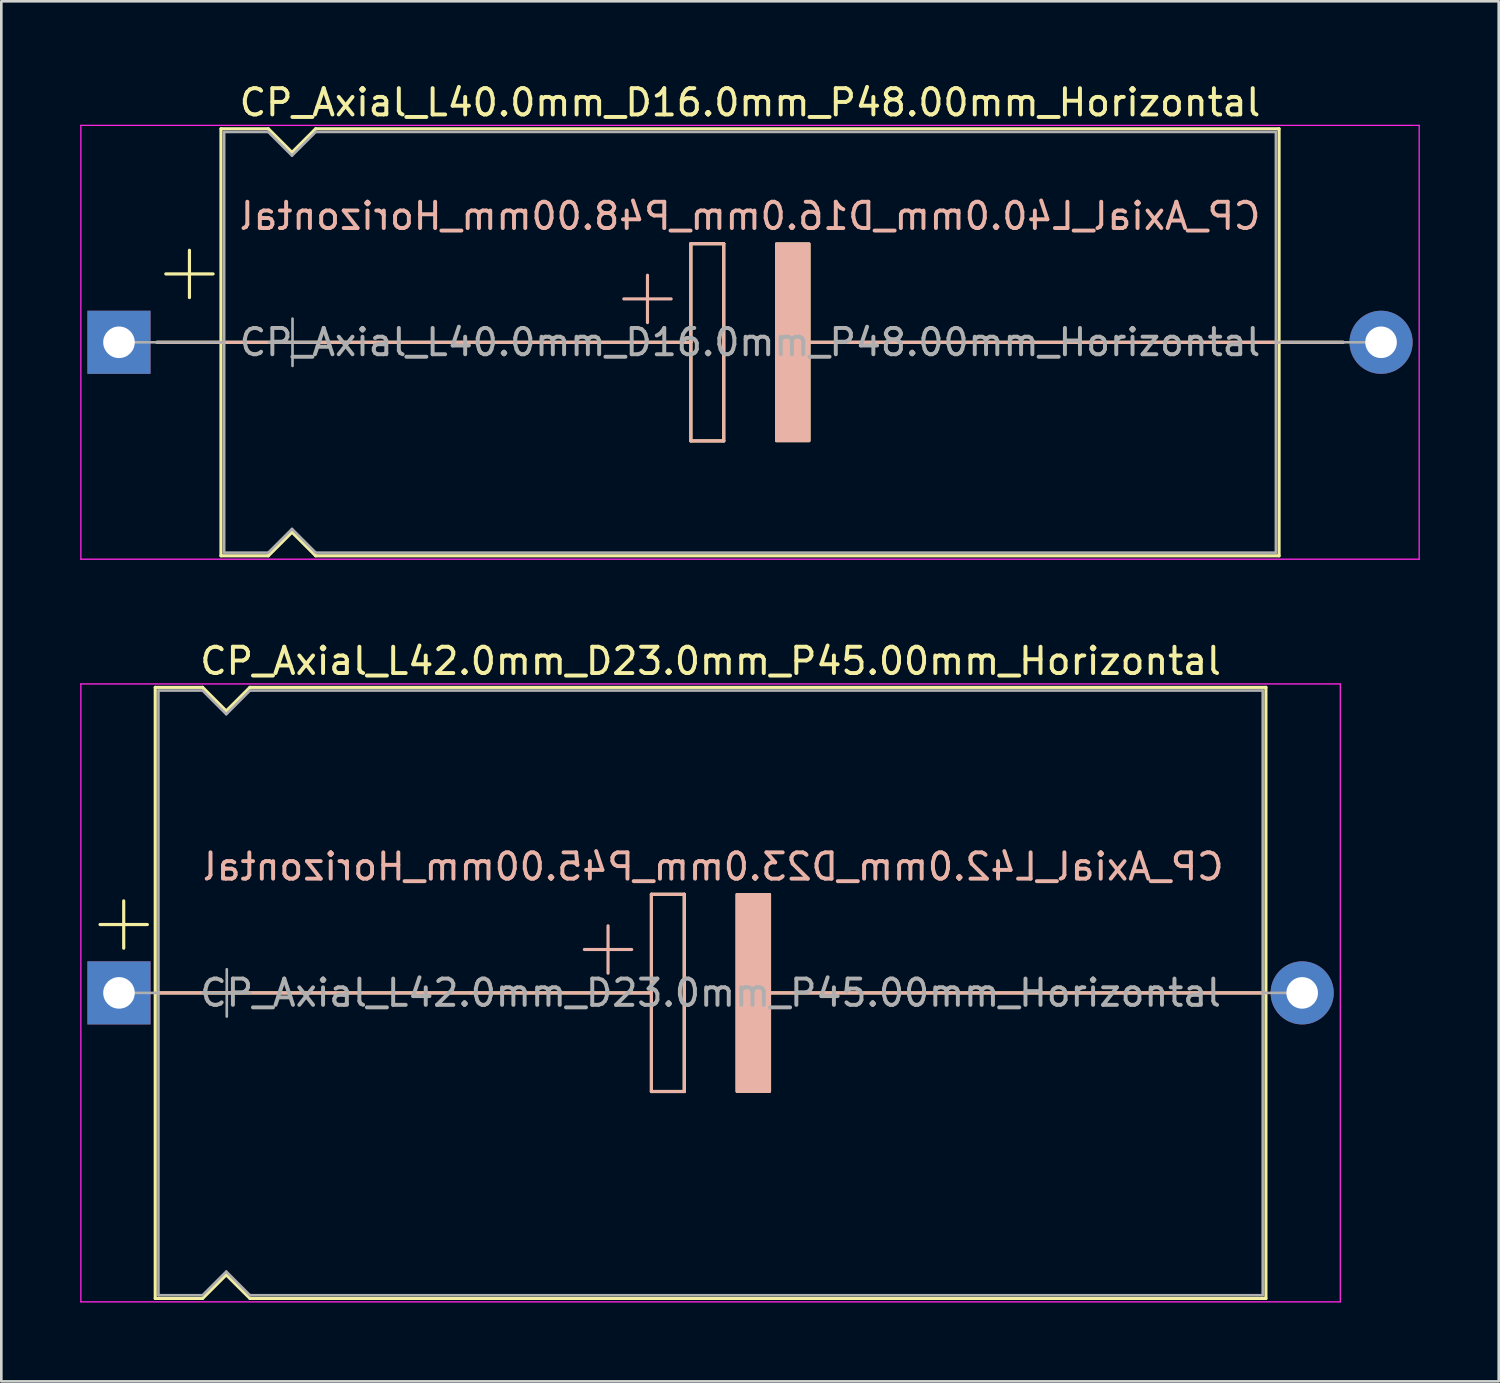
<source format=kicad_pcb>
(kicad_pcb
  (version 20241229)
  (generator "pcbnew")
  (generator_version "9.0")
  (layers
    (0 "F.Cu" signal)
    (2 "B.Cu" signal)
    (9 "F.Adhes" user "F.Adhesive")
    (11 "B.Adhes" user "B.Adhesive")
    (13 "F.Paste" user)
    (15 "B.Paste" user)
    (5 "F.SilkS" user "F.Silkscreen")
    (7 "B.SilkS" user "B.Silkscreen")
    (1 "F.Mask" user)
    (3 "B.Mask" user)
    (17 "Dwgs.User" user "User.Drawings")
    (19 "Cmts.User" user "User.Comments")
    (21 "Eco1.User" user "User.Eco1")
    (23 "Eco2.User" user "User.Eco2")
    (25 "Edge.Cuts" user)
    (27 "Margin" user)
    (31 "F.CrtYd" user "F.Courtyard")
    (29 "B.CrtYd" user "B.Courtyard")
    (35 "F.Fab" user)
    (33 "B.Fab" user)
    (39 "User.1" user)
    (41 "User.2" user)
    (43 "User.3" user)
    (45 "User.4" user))
  (footprint "CP_Axial_L42.0mm_D23.0mm_P45.00mm_Horizontal"
    (layer "F.Cu")
    (at 1.475 34.712)
    (property "Reference" "CP_Axial_L42.0mm_D23.0mm_P45.00mm_Horizontal" (at 22.5 -12.62 0) (layer "F.SilkS") (effects (font (size 1 1) (thickness 0.15))))
    (fp_line (start -0.72 -2.6) (end 1.08 -2.6) (stroke (width 0.12) (type solid)) (layer "F.SilkS"))
    (fp_line (start 0.18 -3.5) (end 0.18 -1.7) (stroke (width 0.12) (type solid)) (layer "F.SilkS"))
    (fp_line (start 1.38 -11.62) (end 1.38 11.62) (stroke (width 0.12) (type solid)) (layer "F.SilkS"))
    (fp_line (start 1.38 -11.62) (end 3.18 -11.62) (stroke (width 0.12) (type solid)) (layer "F.SilkS"))
    (fp_line (start 1.38 11.62) (end 3.18 11.62) (stroke (width 0.12) (type solid)) (layer "F.SilkS"))
    (fp_line (start 1.397 0) (end 20.25 0) (stroke (width 0.12) (type solid)) (layer "F.SilkS"))
    (fp_line (start 3.18 -11.62) (end 4.08 -10.72) (stroke (width 0.12) (type solid)) (layer "F.SilkS"))
    (fp_line (start 3.18 11.62) (end 4.08 10.72) (stroke (width 0.12) (type solid)) (layer "F.SilkS"))
    (fp_line (start 4.08 -10.72) (end 4.98 -11.62) (stroke (width 0.12) (type solid)) (layer "F.SilkS"))
    (fp_line (start 4.08 10.72) (end 4.98 11.62) (stroke (width 0.12) (type solid)) (layer "F.SilkS"))
    (fp_line (start 4.98 -11.62) (end 43.62 -11.62) (stroke (width 0.12) (type solid)) (layer "F.SilkS"))
    (fp_line (start 4.98 11.62) (end 43.62 11.62) (stroke (width 0.12) (type solid)) (layer "F.SilkS"))
    (fp_line (start 20.25 -3.75) (end 21.5 -3.75) (stroke (width 0.12) (type solid)) (layer "F.SilkS"))
    (fp_line (start 20.25 0) (end 20.25 -3.75) (stroke (width 0.12) (type solid)) (layer "F.SilkS"))
    (fp_line (start 20.25 3.75) (end 20.25 0) (stroke (width 0.12) (type solid)) (layer "F.SilkS"))
    (fp_line (start 21.5 -3.75) (end 21.5 3.75) (stroke (width 0.12) (type solid)) (layer "F.SilkS"))
    (fp_line (start 21.5 3.75) (end 20.25 3.75) (stroke (width 0.12) (type solid)) (layer "F.SilkS"))
    (fp_line (start 24.75 0) (end 43.561 0) (stroke (width 0.12) (type solid)) (layer "F.SilkS"))
    (fp_line (start 43.62 -11.62) (end 43.62 11.62) (stroke (width 0.12) (type solid)) (layer "F.SilkS"))
    (fp_poly (pts (xy 24.75 3.75) (xy 23.5 3.75) (xy 23.5 -3.75) (xy 24.75 -3.75)) (stroke (width 0.1) (type solid)) (fill yes) (layer "F.SilkS"))
    (fp_line (start 1.4 0) (end 13.38 0) (stroke (width 0.12) (type solid)) (layer "B.SilkS"))
    (fp_line (start 13.38 0) (end 20.25 0) (stroke (width 0.12) (type solid)) (layer "B.SilkS"))
    (fp_line (start 18.6 -2.55) (end 18.6 -0.75) (stroke (width 0.12) (type solid)) (layer "B.SilkS"))
    (fp_line (start 19.5 -1.65) (end 17.7 -1.65) (stroke (width 0.12) (type solid)) (layer "B.SilkS"))
    (fp_line (start 20.25 -3.75) (end 21.5 -3.75) (stroke (width 0.12) (type solid)) (layer "B.SilkS"))
    (fp_line (start 20.25 0) (end 20.25 -3.75) (stroke (width 0.12) (type solid)) (layer "B.SilkS"))
    (fp_line (start 20.25 3.75) (end 20.25 0) (stroke (width 0.12) (type solid)) (layer "B.SilkS"))
    (fp_line (start 21.5 -3.75) (end 21.5 3.75) (stroke (width 0.12) (type solid)) (layer "B.SilkS"))
    (fp_line (start 21.5 3.75) (end 20.25 3.75) (stroke (width 0.12) (type solid)) (layer "B.SilkS"))
    (fp_line (start 24.75 0) (end 31.62 0) (stroke (width 0.12) (type solid)) (layer "B.SilkS"))
    (fp_line (start 43.6 0) (end 31.62 0) (stroke (width 0.12) (type solid)) (layer "B.SilkS"))
    (fp_poly (pts (xy 24.75 3.75) (xy 23.5 3.75) (xy 23.5 -3.75) (xy 24.75 -3.75)) (stroke (width 0.1) (type solid)) (fill yes) (layer "B.SilkS"))
    (fp_line (start -1.45 -11.75) (end -1.45 11.75) (stroke (width 0.05) (type solid)) (layer "F.CrtYd"))
    (fp_line (start -1.45 11.75) (end 46.45 11.75) (stroke (width 0.05) (type solid)) (layer "F.CrtYd"))
    (fp_line (start 46.45 -11.75) (end -1.45 -11.75) (stroke (width 0.05) (type solid)) (layer "F.CrtYd"))
    (fp_line (start 46.45 11.75) (end 46.45 -11.75) (stroke (width 0.05) (type solid)) (layer "F.CrtYd"))
    (fp_line (start 0 0) (end 1.5 0) (stroke (width 0.1) (type solid)) (layer "F.Fab"))
    (fp_line (start 1.5 -11.5) (end 1.5 11.5) (stroke (width 0.1) (type solid)) (layer "F.Fab"))
    (fp_line (start 1.5 -11.5) (end 3.18 -11.5) (stroke (width 0.1) (type solid)) (layer "F.Fab"))
    (fp_line (start 1.5 11.5) (end 3.18 11.5) (stroke (width 0.1) (type solid)) (layer "F.Fab"))
    (fp_line (start 3.18 -11.5) (end 4.08 -10.6) (stroke (width 0.1) (type solid)) (layer "F.Fab"))
    (fp_line (start 3.18 11.5) (end 4.08 10.6) (stroke (width 0.1) (type solid)) (layer "F.Fab"))
    (fp_line (start 3.2 0) (end 5 0) (stroke (width 0.1) (type solid)) (layer "F.Fab"))
    (fp_line (start 4.08 -10.6) (end 4.98 -11.5) (stroke (width 0.1) (type solid)) (layer "F.Fab"))
    (fp_line (start 4.08 10.6) (end 4.98 11.5) (stroke (width 0.1) (type solid)) (layer "F.Fab"))
    (fp_line (start 4.1 -0.9) (end 4.1 0.9) (stroke (width 0.1) (type solid)) (layer "F.Fab"))
    (fp_line (start 4.98 -11.5) (end 43.5 -11.5) (stroke (width 0.1) (type solid)) (layer "F.Fab"))
    (fp_line (start 4.98 11.5) (end 43.5 11.5) (stroke (width 0.1) (type solid)) (layer "F.Fab"))
    (fp_line (start 43.5 -11.5) (end 43.5 11.5) (stroke (width 0.1) (type solid)) (layer "F.Fab"))
    (fp_line (start 45 0) (end 43.5 0) (stroke (width 0.1) (type solid)) (layer "F.Fab"))
    (fp_text user "${REFERENCE}" (at 22.6 -4.8 0) (layer "B.SilkS") (effects (font (size 1 1) (thickness 0.15)) (justify mirror)))
    (fp_text user "${REFERENCE}" (at 22.5 0 0) (layer "F.Fab") (effects (font (size 1 1) (thickness 0.15))))
    (pad "1" thru_hole rect (at 0 0) (size 2.4 2.4) (drill 1.2) (layers "*.Cu" "*.Mask"))
    (pad "2" thru_hole oval (at 45 0) (size 2.4 2.4) (drill 1.2) (layers "*.Cu" "*.Mask")))
  (footprint "CP_Axial_L40.0mm_D16.0mm_P48.00mm_Horizontal"
    (layer "F.Cu")
    (at 1.475 9.968)
    (property "Reference" "CP_Axial_L40.0mm_D16.0mm_P48.00mm_Horizontal" (at 24 -9.12 0) (layer "F.SilkS") (effects (font (size 1 1) (thickness 0.15))))
    (fp_line (start 1.44 0) (end 3.88 0) (stroke (width 0.12) (type solid)) (layer "F.SilkS"))
    (fp_line (start 1.78 -2.6) (end 3.58 -2.6) (stroke (width 0.12) (type solid)) (layer "F.SilkS"))
    (fp_line (start 2.68 -3.5) (end 2.68 -1.7) (stroke (width 0.12) (type solid)) (layer "F.SilkS"))
    (fp_line (start 3.873 0) (end 21.75 0) (stroke (width 0.12) (type solid)) (layer "F.SilkS"))
    (fp_line (start 3.88 -8.12) (end 3.88 8.12) (stroke (width 0.12) (type solid)) (layer "F.SilkS"))
    (fp_line (start 3.88 -8.12) (end 5.68 -8.12) (stroke (width 0.12) (type solid)) (layer "F.SilkS"))
    (fp_line (start 3.88 8.12) (end 5.68 8.12) (stroke (width 0.12) (type solid)) (layer "F.SilkS"))
    (fp_line (start 5.68 -8.12) (end 6.58 -7.22) (stroke (width 0.12) (type solid)) (layer "F.SilkS"))
    (fp_line (start 5.68 8.12) (end 6.58 7.22) (stroke (width 0.12) (type solid)) (layer "F.SilkS"))
    (fp_line (start 6.58 -7.22) (end 7.48 -8.12) (stroke (width 0.12) (type solid)) (layer "F.SilkS"))
    (fp_line (start 6.58 7.22) (end 7.48 8.12) (stroke (width 0.12) (type solid)) (layer "F.SilkS"))
    (fp_line (start 7.48 -8.12) (end 44.12 -8.12) (stroke (width 0.12) (type solid)) (layer "F.SilkS"))
    (fp_line (start 7.48 8.12) (end 44.12 8.12) (stroke (width 0.12) (type solid)) (layer "F.SilkS"))
    (fp_line (start 21.75 -3.75) (end 23 -3.75) (stroke (width 0.12) (type solid)) (layer "F.SilkS"))
    (fp_line (start 21.75 0) (end 21.75 -3.75) (stroke (width 0.12) (type solid)) (layer "F.SilkS"))
    (fp_line (start 21.75 3.75) (end 21.75 0) (stroke (width 0.12) (type solid)) (layer "F.SilkS"))
    (fp_line (start 23 -3.75) (end 23 3.75) (stroke (width 0.12) (type solid)) (layer "F.SilkS"))
    (fp_line (start 23 3.75) (end 21.75 3.75) (stroke (width 0.12) (type solid)) (layer "F.SilkS"))
    (fp_line (start 26.25 0) (end 44.133 0) (stroke (width 0.12) (type solid)) (layer "F.SilkS"))
    (fp_line (start 44.12 -8.12) (end 44.12 8.12) (stroke (width 0.12) (type solid)) (layer "F.SilkS"))
    (fp_line (start 46.56 0) (end 44.12 0) (stroke (width 0.12) (type solid)) (layer "F.SilkS"))
    (fp_poly (pts (xy 26.25 3.75) (xy 25 3.75) (xy 25 -3.75) (xy 26.25 -3.75)) (stroke (width 0.1) (type solid)) (fill yes) (layer "F.SilkS"))
    (fp_line (start 1.45 0) (end 14.88 0) (stroke (width 0.12) (type solid)) (layer "B.SilkS"))
    (fp_line (start 14.88 0) (end 21.75 0) (stroke (width 0.12) (type solid)) (layer "B.SilkS"))
    (fp_line (start 20.1 -2.55) (end 20.1 -0.75) (stroke (width 0.12) (type solid)) (layer "B.SilkS"))
    (fp_line (start 21 -1.65) (end 19.2 -1.65) (stroke (width 0.12) (type solid)) (layer "B.SilkS"))
    (fp_line (start 21.75 -3.75) (end 23 -3.75) (stroke (width 0.12) (type solid)) (layer "B.SilkS"))
    (fp_line (start 21.75 0) (end 21.75 -3.75) (stroke (width 0.12) (type solid)) (layer "B.SilkS"))
    (fp_line (start 21.75 3.75) (end 21.75 0) (stroke (width 0.12) (type solid)) (layer "B.SilkS"))
    (fp_line (start 23 -3.75) (end 23 3.75) (stroke (width 0.12) (type solid)) (layer "B.SilkS"))
    (fp_line (start 23 3.75) (end 21.75 3.75) (stroke (width 0.12) (type solid)) (layer "B.SilkS"))
    (fp_line (start 26.25 0) (end 33.12 0) (stroke (width 0.12) (type solid)) (layer "B.SilkS"))
    (fp_line (start 46.55 0) (end 33.12 0) (stroke (width 0.12) (type solid)) (layer "B.SilkS"))
    (fp_poly (pts (xy 26.25 3.75) (xy 25 3.75) (xy 25 -3.75) (xy 26.25 -3.75)) (stroke (width 0.1) (type solid)) (fill yes) (layer "B.SilkS"))
    (fp_line (start -1.45 -8.25) (end -1.45 8.25) (stroke (width 0.05) (type solid)) (layer "F.CrtYd"))
    (fp_line (start -1.45 8.25) (end 49.45 8.25) (stroke (width 0.05) (type solid)) (layer "F.CrtYd"))
    (fp_line (start 49.45 -8.25) (end -1.45 -8.25) (stroke (width 0.05) (type solid)) (layer "F.CrtYd"))
    (fp_line (start 49.45 8.25) (end 49.45 -8.25) (stroke (width 0.05) (type solid)) (layer "F.CrtYd"))
    (fp_line (start 0 0) (end 4 0) (stroke (width 0.1) (type solid)) (layer "F.Fab"))
    (fp_line (start 4 -8) (end 4 8) (stroke (width 0.1) (type solid)) (layer "F.Fab"))
    (fp_line (start 4 -8) (end 5.68 -8) (stroke (width 0.1) (type solid)) (layer "F.Fab"))
    (fp_line (start 4 8) (end 5.68 8) (stroke (width 0.1) (type solid)) (layer "F.Fab"))
    (fp_line (start 5.68 -8) (end 6.58 -7.1) (stroke (width 0.1) (type solid)) (layer "F.Fab"))
    (fp_line (start 5.68 8) (end 6.58 7.1) (stroke (width 0.1) (type solid)) (layer "F.Fab"))
    (fp_line (start 5.7 0) (end 7.5 0) (stroke (width 0.1) (type solid)) (layer "F.Fab"))
    (fp_line (start 6.58 -7.1) (end 7.48 -8) (stroke (width 0.1) (type solid)) (layer "F.Fab"))
    (fp_line (start 6.58 7.1) (end 7.48 8) (stroke (width 0.1) (type solid)) (layer "F.Fab"))
    (fp_line (start 6.6 -0.9) (end 6.6 0.9) (stroke (width 0.1) (type solid)) (layer "F.Fab"))
    (fp_line (start 7.48 -8) (end 44 -8) (stroke (width 0.1) (type solid)) (layer "F.Fab"))
    (fp_line (start 7.48 8) (end 44 8) (stroke (width 0.1) (type solid)) (layer "F.Fab"))
    (fp_line (start 44 -8) (end 44 8) (stroke (width 0.1) (type solid)) (layer "F.Fab"))
    (fp_line (start 48 0) (end 44 0) (stroke (width 0.1) (type solid)) (layer "F.Fab"))
    (fp_text user "${REFERENCE}" (at 24 -4.8 0) (layer "B.SilkS") (effects (font (size 1 1) (thickness 0.15)) (justify mirror)))
    (fp_text user "${REFERENCE}" (at 24 0 0) (layer "F.Fab") (effects (font (size 1 1) (thickness 0.15))))
    (pad "1" thru_hole rect (at 0 0) (size 2.4 2.4) (drill 1.2) (layers "*.Cu" "*.Mask"))
    (pad "2" thru_hole oval (at 48 0) (size 2.4 2.4) (drill 1.2) (layers "*.Cu" "*.Mask")))
  (gr_rect
    (start -3 -3)
    (end 53.95 49.486)
    (stroke (width 0.1) (type default))
    (fill no)
    (layer "Edge.Cuts")))
</source>
